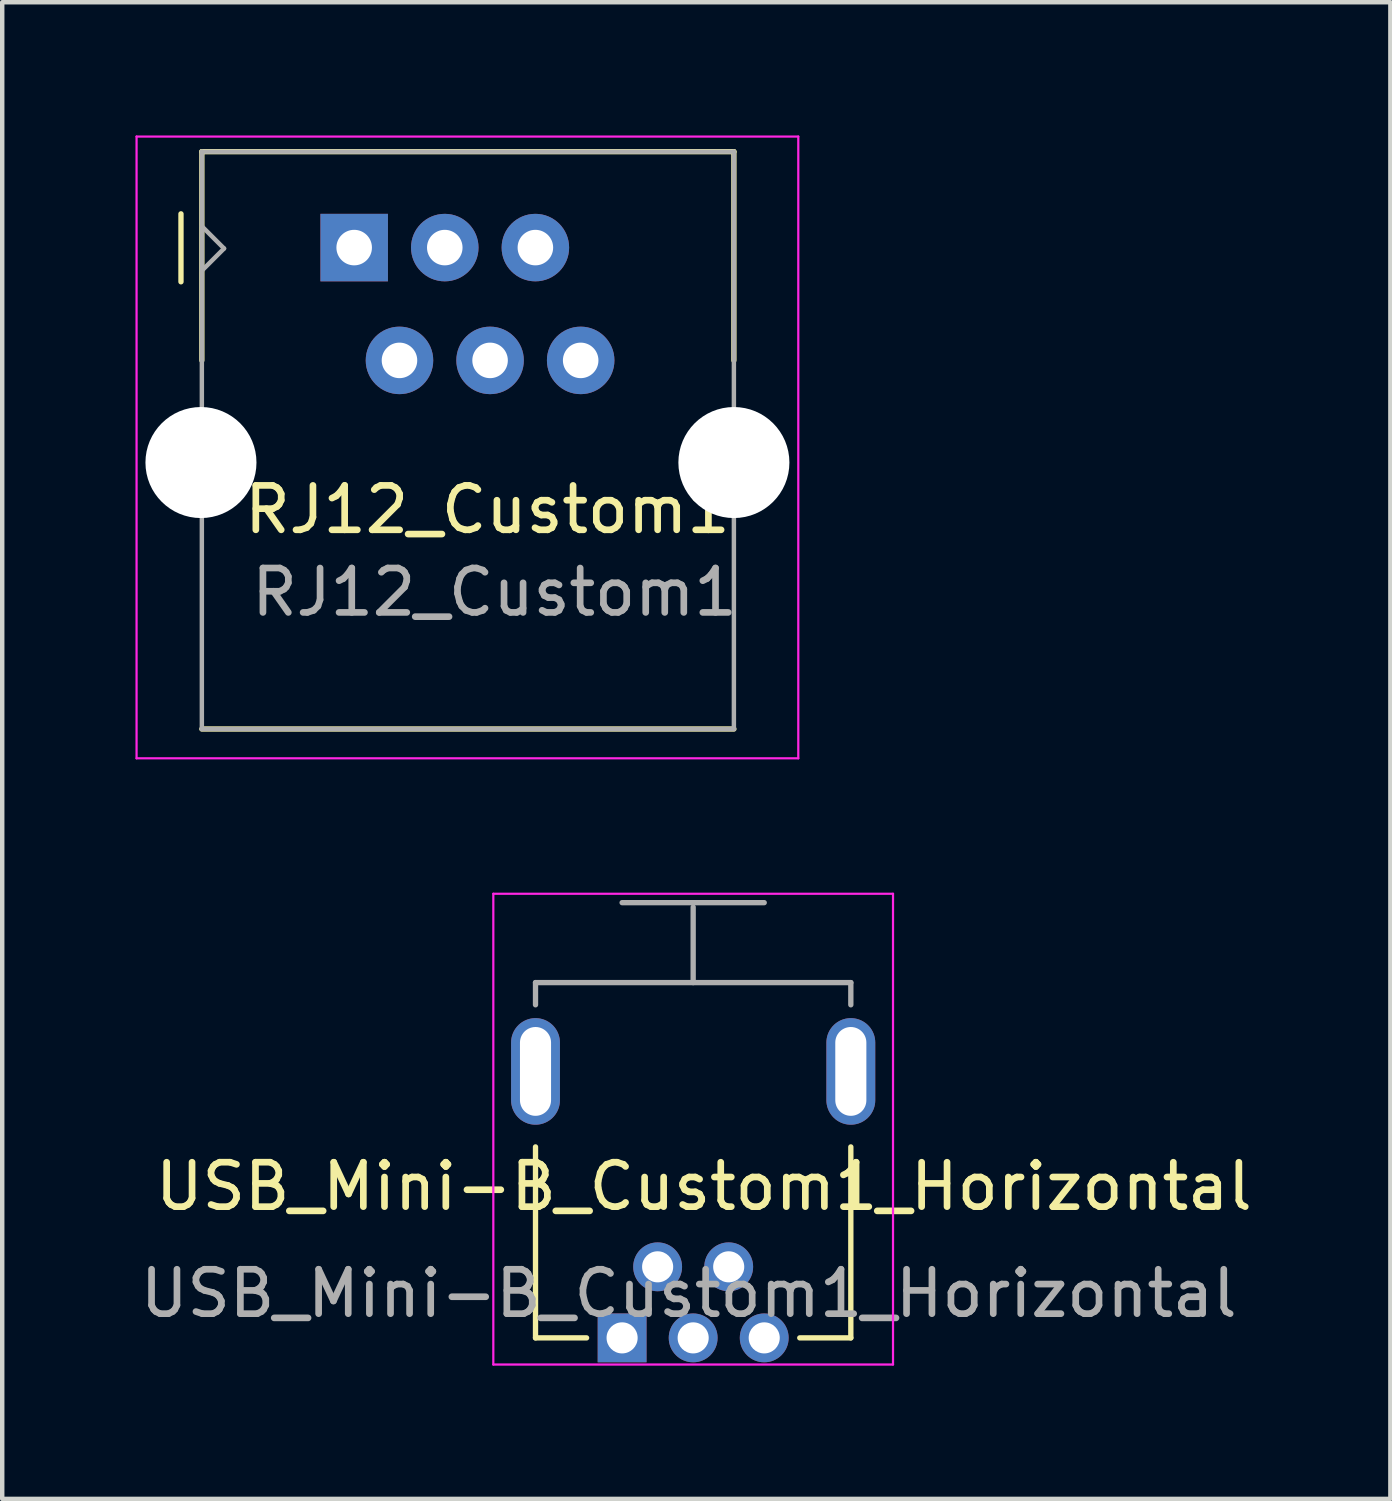
<source format=kicad_pcb>
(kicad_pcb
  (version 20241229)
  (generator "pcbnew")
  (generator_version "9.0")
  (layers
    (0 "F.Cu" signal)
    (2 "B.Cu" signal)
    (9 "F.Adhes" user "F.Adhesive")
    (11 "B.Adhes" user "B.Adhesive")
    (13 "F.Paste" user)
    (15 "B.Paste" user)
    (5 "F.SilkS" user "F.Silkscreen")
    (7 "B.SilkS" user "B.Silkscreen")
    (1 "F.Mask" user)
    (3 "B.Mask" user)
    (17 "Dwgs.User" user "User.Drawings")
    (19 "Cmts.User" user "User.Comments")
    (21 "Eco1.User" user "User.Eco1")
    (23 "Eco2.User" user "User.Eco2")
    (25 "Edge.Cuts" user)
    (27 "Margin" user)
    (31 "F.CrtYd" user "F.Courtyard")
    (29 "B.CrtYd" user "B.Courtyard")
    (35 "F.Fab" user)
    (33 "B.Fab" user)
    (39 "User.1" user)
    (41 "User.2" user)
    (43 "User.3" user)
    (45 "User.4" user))
  (footprint "RJ12_Custom1"
    (layer "F.Cu")
    (at 4.925 2.525)
    (property "Reference" "RJ12_Custom1" (at 3 5.9 0) (layer "F.SilkS") (effects (font (size 1 1) (thickness 0.15))))
    (attr through_hole)
    (fp_line (start -3.9 0.77) (end -3.9 -0.76) (stroke (width 0.12) (type solid)) (layer "F.SilkS"))
    (fp_line (start -3.43 -2.16) (end 8.55 -2.16) (stroke (width 0.12) (type solid)) (layer "F.SilkS"))
    (fp_line (start -3.43 2.54) (end -3.43 -2.16) (stroke (width 0.12) (type solid)) (layer "F.SilkS"))
    (fp_line (start 8.55 -2.16) (end 8.55 2.54) (stroke (width 0.12) (type solid)) (layer "F.SilkS"))
    (fp_line (start 8.55 10.84) (end -3.43 10.84) (stroke (width 0.12) (type solid)) (layer "F.SilkS"))
    (fp_line (start -4.9 -2.5) (end 10 -2.5) (stroke (width 0.05) (type solid)) (layer "F.CrtYd"))
    (fp_line (start -4.9 11.5) (end -4.9 -2.5) (stroke (width 0.05) (type solid)) (layer "F.CrtYd"))
    (fp_line (start 10 -2.5) (end 10 11.5) (stroke (width 0.05) (type solid)) (layer "F.CrtYd"))
    (fp_line (start 10 11.5) (end -4.9 11.5) (stroke (width 0.05) (type solid)) (layer "F.CrtYd"))
    (fp_line (start -3.43 -2.16) (end 8.55 -2.16) (stroke (width 0.1) (type solid)) (layer "F.Fab"))
    (fp_line (start -3.43 0.52) (end -2.93 0.02) (stroke (width 0.1) (type solid)) (layer "F.Fab"))
    (fp_line (start -3.43 10.84) (end -3.43 -2.16) (stroke (width 0.1) (type solid)) (layer "F.Fab"))
    (fp_line (start -2.93 0.02) (end -3.43 -0.48) (stroke (width 0.1) (type solid)) (layer "F.Fab"))
    (fp_line (start 8.55 -2.16) (end 8.55 10.84) (stroke (width 0.1) (type solid)) (layer "F.Fab"))
    (fp_line (start 8.55 10.84) (end -3.43 10.84) (stroke (width 0.1) (type solid)) (layer "F.Fab"))
    (fp_text user "${REFERENCE}" (at 3.16 7.76 0) (layer "F.Fab") (effects (font (size 1 1) (thickness 0.15))))
    (pad "" np_thru_hole circle (at -3.45 4.84) (size 2.5 2.5) (drill 2.5) (layers "*.Cu" "*.Mask"))
    (pad "" np_thru_hole circle (at 8.55 4.84) (size 2.5 2.5) (drill 2.5) (layers "*.Cu" "*.Mask"))
    (pad "1" thru_hole rect (at 0 0) (size 1.52 1.52) (drill 0.8) (layers "*.Cu" "*.Mask"))
    (pad "2" thru_hole circle (at 1.02 2.54) (size 1.52 1.52) (drill 0.8) (layers "*.Cu" "*.Mask"))
    (pad "3" thru_hole circle (at 2.04 0) (size 1.52 1.52) (drill 0.8) (layers "*.Cu" "*.Mask"))
    (pad "4" thru_hole circle (at 3.06 2.54) (size 1.52 1.52) (drill 0.8) (layers "*.Cu" "*.Mask"))
    (pad "5" thru_hole circle (at 4.08 0) (size 1.52 1.52) (drill 0.8) (layers "*.Cu" "*.Mask"))
    (pad "6" thru_hole circle (at 5.1 2.54) (size 1.52 1.52) (drill 0.8) (layers "*.Cu" "*.Mask")))
  (footprint "USB_Mini-B_Custom1_Horizontal"
    (layer "F.Cu")
    (at 10.958 27.075)
    (property "Reference" "USB_Mini-B_Custom1_Horizontal" (at 1.84 -3.41 0) (layer "F.SilkS") (effects (font (size 1 1) (thickness 0.15))))
    (attr through_hole)
    (fp_line (start -1.95 -4.3) (end -1.95 0) (stroke (width 0.12) (type solid)) (layer "F.SilkS"))
    (fp_line (start -1.95 0) (end -0.8 0) (stroke (width 0.12) (type solid)) (layer "F.SilkS"))
    (fp_line (start 4 0) (end 5.15 0) (stroke (width 0.12) (type solid)) (layer "F.SilkS"))
    (fp_line (start 5.15 0) (end 5.15 -4.3) (stroke (width 0.12) (type solid)) (layer "F.SilkS"))
    (fp_line (start -2.9 -10) (end 6.1 -10) (stroke (width 0.05) (type solid)) (layer "F.CrtYd"))
    (fp_line (start -2.9 0.6) (end -2.9 -10) (stroke (width 0.05) (type solid)) (layer "F.CrtYd"))
    (fp_line (start -2.9 0.6) (end 6.1 0.6) (stroke (width 0.05) (type solid)) (layer "F.CrtYd"))
    (fp_line (start 6.1 0.6) (end 6.1 -10) (stroke (width 0.05) (type solid)) (layer "F.CrtYd"))
    (fp_line (start -1.95 -8) (end -1.95 -7.5) (stroke (width 0.12) (type solid)) (layer "F.Fab"))
    (fp_line (start -1.95 -8) (end 5.15 -8) (stroke (width 0.12) (type solid)) (layer "F.Fab"))
    (fp_line (start 0 -9.8) (end 3.2 -9.8) (stroke (width 0.12) (type solid)) (layer "F.Fab"))
    (fp_line (start 1.6 -8) (end 1.6 -9.7) (stroke (width 0.12) (type solid)) (layer "F.Fab"))
    (fp_line (start 5.15 -8) (end 5.15 -7.5) (stroke (width 0.12) (type solid)) (layer "F.Fab"))
    (fp_text user "${REFERENCE}" (at 1.5 -1 0) (layer "F.Fab") (effects (font (size 1 1) (thickness 0.15))))
    (pad "1" thru_hole circle (at 3.2 0) (size 1.1 1.1) (drill 0.7) (layers "*.Cu" "*.Mask"))
    (pad "2" thru_hole circle (at 2.4 -1.6) (size 1.1 1.1) (drill 0.7) (layers "*.Cu" "*.Mask"))
    (pad "3" thru_hole circle (at 1.6 0) (size 1.1 1.1) (drill 0.7) (layers "*.Cu" "*.Mask"))
    (pad "4" thru_hole circle (at 0.8 -1.6) (size 1.1 1.1) (drill 0.7) (layers "*.Cu" "*.Mask"))
    (pad "5" thru_hole rect (at 0 0) (size 1.1 1.1) (drill 0.7) (layers "*.Cu" "*.Mask"))
    (pad "6" thru_hole oval (at -1.95 -6) (size 1.1 2.4) (drill oval 0.7 2) (layers "*.Cu" "*.Mask"))
    (pad "6" thru_hole oval (at 5.15 -6) (size 1.1 2.4) (drill oval 0.7 2) (layers "*.Cu" "*.Mask")))
  (gr_rect
    (start -3 -3)
    (end 28.257 30.7)
    (stroke (width 0.1) (type default))
    (fill no)
    (layer "Edge.Cuts")))
</source>
